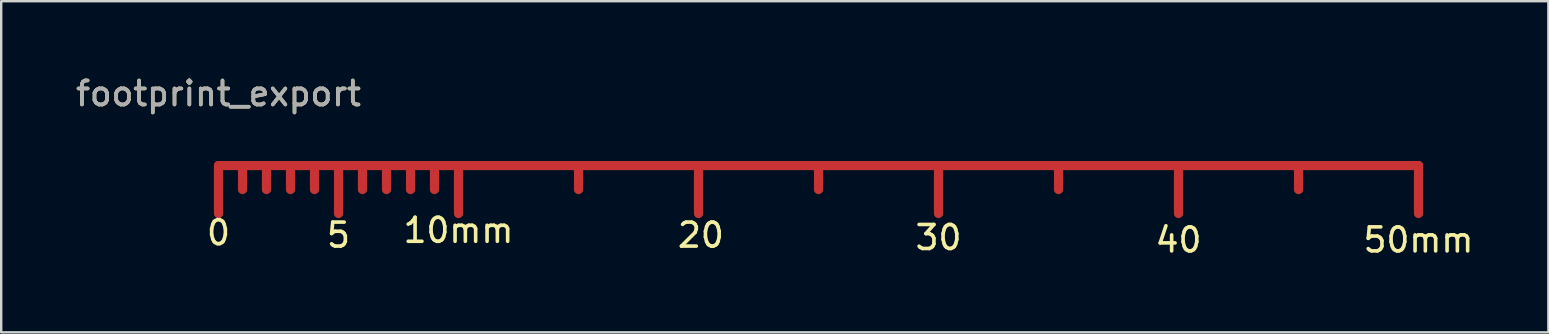
<source format=kicad_pcb>
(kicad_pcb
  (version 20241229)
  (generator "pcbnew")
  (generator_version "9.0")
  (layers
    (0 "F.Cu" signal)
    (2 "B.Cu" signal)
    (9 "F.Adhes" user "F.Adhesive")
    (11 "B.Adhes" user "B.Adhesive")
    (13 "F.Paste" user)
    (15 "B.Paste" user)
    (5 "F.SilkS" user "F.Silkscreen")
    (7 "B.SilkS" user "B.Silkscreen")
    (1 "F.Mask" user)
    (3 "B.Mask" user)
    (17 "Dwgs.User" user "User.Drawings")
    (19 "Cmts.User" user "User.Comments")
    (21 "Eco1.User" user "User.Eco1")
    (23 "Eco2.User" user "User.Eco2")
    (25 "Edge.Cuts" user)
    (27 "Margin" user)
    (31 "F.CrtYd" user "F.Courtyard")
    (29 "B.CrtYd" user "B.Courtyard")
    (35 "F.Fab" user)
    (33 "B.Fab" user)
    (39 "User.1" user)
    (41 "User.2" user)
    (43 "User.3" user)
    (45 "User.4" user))
  (footprint "footprint_export"
    (layer "F.Cu")
    (at 6.054 3.848)
    (property "Reference" "footprint_export" (at 0 -3 0) (layer "F.SilkS") (effects (font (size 1 1) (thickness 0.15))))
    (attr exclude_from_pos_files exclude_from_bom)
    (fp_line (start 0 0) (end 0 1.999) (stroke (width 0.381) (type solid)) (layer "F.Cu"))
    (fp_line (start 0 0) (end 10 0) (stroke (width 0.381) (type solid)) (layer "F.Cu"))
    (fp_line (start 1.001 0) (end 1.001 1.001) (stroke (width 0.381) (type solid)) (layer "F.Cu"))
    (fp_line (start 1.999 0) (end 1.999 1.001) (stroke (width 0.381) (type solid)) (layer "F.Cu"))
    (fp_line (start 3 0) (end 3 1.001) (stroke (width 0.381) (type solid)) (layer "F.Cu"))
    (fp_line (start 4 0) (end 4 1.001) (stroke (width 0.381) (type solid)) (layer "F.Cu"))
    (fp_line (start 5.001 0) (end 5.001 1.999) (stroke (width 0.381) (type solid)) (layer "F.Cu"))
    (fp_line (start 5.999 0) (end 5.999 1.001) (stroke (width 0.381) (type solid)) (layer "F.Cu"))
    (fp_line (start 7 0) (end 7 1.001) (stroke (width 0.381) (type solid)) (layer "F.Cu"))
    (fp_line (start 8.001 0) (end 8.001 1.001) (stroke (width 0.381) (type solid)) (layer "F.Cu"))
    (fp_line (start 8.999 0) (end 8.999 1.001) (stroke (width 0.381) (type solid)) (layer "F.Cu"))
    (fp_line (start 10 0) (end 10 1.999) (stroke (width 0.381) (type solid)) (layer "F.Cu"))
    (fp_line (start 10 0) (end 50 0) (stroke (width 0.381) (type solid)) (layer "F.Cu"))
    (fp_line (start 15.001 0) (end 15.001 1.001) (stroke (width 0.381) (type solid)) (layer "F.Cu"))
    (fp_line (start 20 0) (end 20 1.999) (stroke (width 0.381) (type solid)) (layer "F.Cu"))
    (fp_line (start 25.001 0) (end 25.001 1.001) (stroke (width 0.381) (type solid)) (layer "F.Cu"))
    (fp_line (start 30 0) (end 30 1.999) (stroke (width 0.381) (type solid)) (layer "F.Cu"))
    (fp_line (start 35.001 0) (end 35.001 1.001) (stroke (width 0.381) (type solid)) (layer "F.Cu"))
    (fp_line (start 40 0) (end 40 1.999) (stroke (width 0.381) (type solid)) (layer "F.Cu"))
    (fp_line (start 45.001 0) (end 45.001 1.001) (stroke (width 0.381) (type solid)) (layer "F.Cu"))
    (fp_line (start 50 0) (end 50 1.999) (stroke (width 0.381) (type solid)) (layer "F.Cu"))
    (fp_text user "30" (at 30 3 0) (layer "F.SilkS") (effects (font (size 1 1) (thickness 0.15))))
    (fp_text user "40" (at 40 3.101 0) (layer "F.SilkS") (effects (font (size 1 1) (thickness 0.15))))
    (fp_text user "20" (at 20.099 2.901 0) (layer "F.SilkS") (effects (font (size 1 1) (thickness 0.15))))
    (fp_text user "5" (at 4.999 2.901 0) (layer "F.SilkS") (effects (font (size 1 1) (thickness 0.15))))
    (fp_text user "0" (at 0 2.799 0) (layer "F.SilkS") (effects (font (size 1 1) (thickness 0.15))))
    (fp_text user "10mm" (at 10 2.7 0) (layer "F.SilkS") (effects (font (size 1 1) (thickness 0.15))))
    (fp_text user "50mm" (at 50 3.101 0) (layer "F.SilkS") (effects (font (size 1 1) (thickness 0.15))))
    (fp_text user "${REFERENCE}" (at 0 -3 0) (layer "F.Fab") (effects (font (size 1 1) (thickness 0.15)))))
  (gr_rect
    (start -3 -3)
    (end 61.464 10.798)
    (stroke (width 0.1) (type default))
    (fill no)
    (layer "Edge.Cuts")))
</source>
